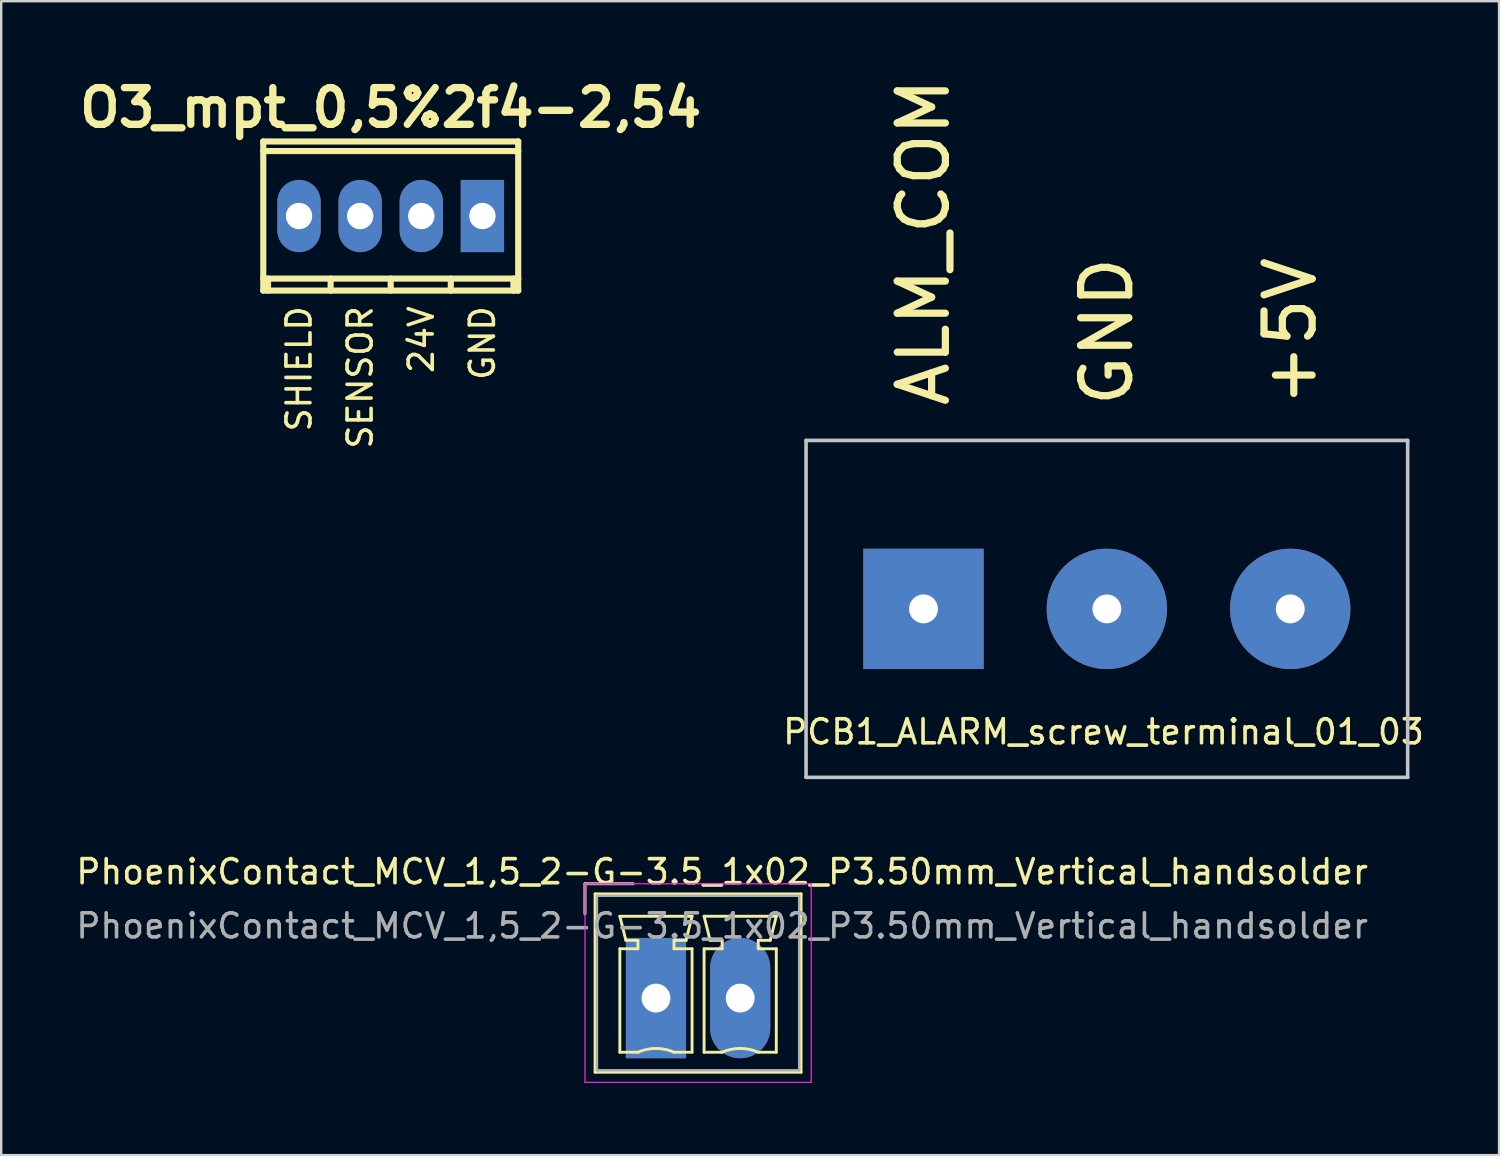
<source format=kicad_pcb>
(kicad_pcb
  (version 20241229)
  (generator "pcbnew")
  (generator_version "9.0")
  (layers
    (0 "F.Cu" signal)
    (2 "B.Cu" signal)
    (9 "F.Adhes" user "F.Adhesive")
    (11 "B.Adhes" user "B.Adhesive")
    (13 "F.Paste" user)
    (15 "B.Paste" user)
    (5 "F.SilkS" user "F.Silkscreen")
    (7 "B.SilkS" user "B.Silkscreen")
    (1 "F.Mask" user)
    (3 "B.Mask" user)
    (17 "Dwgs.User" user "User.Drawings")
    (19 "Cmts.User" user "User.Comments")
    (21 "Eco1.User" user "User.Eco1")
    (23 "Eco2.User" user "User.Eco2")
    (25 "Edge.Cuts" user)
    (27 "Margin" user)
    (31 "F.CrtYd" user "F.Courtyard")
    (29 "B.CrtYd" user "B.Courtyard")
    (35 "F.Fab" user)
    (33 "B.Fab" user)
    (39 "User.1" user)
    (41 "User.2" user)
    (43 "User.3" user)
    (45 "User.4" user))
  (footprint "O3_mpt_0,5%2f4-2,54"
    (layer "F.Cu")
    (at 13.186 5.927)
    (property "Reference" "O3_mpt_0,5%2f4-2,54" (at 0 -4.501 0) (layer "F.SilkS") (effects (font (size 1.524 1.524) (thickness 0.305))))
    (attr through_hole)
    (fp_line (start -5.301 -2.7) (end 5.301 -2.7) (stroke (width 0.254) (type solid)) (layer "F.SilkS"))
    (fp_line (start -5.301 2.601) (end 5.301 2.601) (stroke (width 0.254) (type solid)) (layer "F.SilkS"))
    (fp_line (start -5.296 -3.099) (end -5.296 3.099) (stroke (width 0.254) (type solid)) (layer "F.SilkS"))
    (fp_line (start -5.098 3.099) (end -5.098 2.601) (stroke (width 0.254) (type solid)) (layer "F.SilkS"))
    (fp_line (start -2.497 3.099) (end -2.497 2.601) (stroke (width 0.254) (type solid)) (layer "F.SilkS"))
    (fp_line (start 0 2.601) (end 0 3.099) (stroke (width 0.254) (type solid)) (layer "F.SilkS"))
    (fp_line (start 2.497 2.601) (end 2.497 3.099) (stroke (width 0.254) (type solid)) (layer "F.SilkS"))
    (fp_line (start 5.1 2.601) (end 5.1 3.099) (stroke (width 0.254) (type solid)) (layer "F.SilkS"))
    (fp_line (start 5.298 3.099) (end 5.298 -3.099) (stroke (width 0.254) (type solid)) (layer "F.SilkS"))
    (fp_line (start 5.301 -3.099) (end -5.301 -3.099) (stroke (width 0.254) (type solid)) (layer "F.SilkS"))
    (fp_line (start 5.301 3.099) (end -5.301 3.099) (stroke (width 0.254) (type solid)) (layer "F.SilkS"))
    (fp_text user "SHIELD" (at -3.81 6.35 90) (layer "F.SilkS") (effects (font (size 1 1) (thickness 0.15))))
    (fp_text user "GND" (at 3.81 5.279 90) (layer "F.SilkS") (effects (font (size 1 1) (thickness 0.15))))
    (fp_text user "24V" (at 1.27 5.136 90) (layer "F.SilkS") (effects (font (size 1 1) (thickness 0.15))))
    (fp_text user "SENSOR" (at -1.27 6.707 90) (layer "F.SilkS") (effects (font (size 1 1) (thickness 0.15))))
    (pad "1" thru_hole rect (at 3.81 0) (size 1.8 3) (drill 1.097) (layers "*.Cu" "*.Mask"))
    (pad "2" thru_hole oval (at 1.27 0) (size 1.8 3) (drill 1.097) (layers "*.Cu" "*.Mask"))
    (pad "3" thru_hole oval (at -1.27 0) (size 1.8 3) (drill 1.097) (layers "*.Cu" "*.Mask"))
    (pad "4" thru_hole oval (at -3.81 0) (size 1.8 3) (drill 1.097) (layers "*.Cu" "*.Mask")))
  (footprint "PhoenixContact_MCV_1,5_2-G-3.5_1x02_P3.50mm_Vertical_handsolder"
    (layer "F.Cu")
    (at 24.208 38.425)
    (property "Reference" "PhoenixContact_MCV_1,5_2-G-3.5_1x02_P3.50mm_Vertical_handsolder" (at 2.75 -5.25 0) (layer "F.SilkS") (effects (font (size 1 1) (thickness 0.15))))
    (attr through_hole)
    (fp_line (start -2.95 -4.75) (end -0.95 -4.75) (stroke (width 0.12) (type solid)) (layer "F.SilkS"))
    (fp_line (start -2.95 -3.5) (end -2.95 -4.75) (stroke (width 0.12) (type solid)) (layer "F.SilkS"))
    (fp_line (start -2.53 -4.33) (end -2.53 3.08) (stroke (width 0.12) (type solid)) (layer "F.SilkS"))
    (fp_line (start -2.53 3.08) (end 6.03 3.08) (stroke (width 0.12) (type solid)) (layer "F.SilkS"))
    (fp_line (start -1.5 -3.4) (end 1.5 -3.4) (stroke (width 0.12) (type solid)) (layer "F.SilkS"))
    (fp_line (start -1.5 -2.05) (end -0.75 -2.05) (stroke (width 0.12) (type solid)) (layer "F.SilkS"))
    (fp_line (start -1.5 2.25) (end -1.5 -2.05) (stroke (width 0.12) (type solid)) (layer "F.SilkS"))
    (fp_line (start -1.25 -2.4) (end -1.5 -3.4) (stroke (width 0.12) (type solid)) (layer "F.SilkS"))
    (fp_line (start -0.75 -2.4) (end -1.25 -2.4) (stroke (width 0.12) (type solid)) (layer "F.SilkS"))
    (fp_line (start -0.75 -2.05) (end -0.75 -2.4) (stroke (width 0.12) (type solid)) (layer "F.SilkS"))
    (fp_line (start -0.75 2.25) (end -1.5 2.25) (stroke (width 0.12) (type solid)) (layer "F.SilkS"))
    (fp_line (start 0.75 -2.4) (end 0.75 -2.05) (stroke (width 0.12) (type solid)) (layer "F.SilkS"))
    (fp_line (start 0.75 -2.05) (end 1.5 -2.05) (stroke (width 0.12) (type solid)) (layer "F.SilkS"))
    (fp_line (start 1.25 -2.4) (end 0.75 -2.4) (stroke (width 0.12) (type solid)) (layer "F.SilkS"))
    (fp_line (start 1.5 -3.4) (end 1.25 -2.4) (stroke (width 0.12) (type solid)) (layer "F.SilkS"))
    (fp_line (start 1.5 -2.05) (end 1.5 2.25) (stroke (width 0.12) (type solid)) (layer "F.SilkS"))
    (fp_line (start 1.5 2.25) (end 0.75 2.25) (stroke (width 0.12) (type solid)) (layer "F.SilkS"))
    (fp_line (start 2 -3.4) (end 5 -3.4) (stroke (width 0.12) (type solid)) (layer "F.SilkS"))
    (fp_line (start 2 -2.05) (end 2.75 -2.05) (stroke (width 0.12) (type solid)) (layer "F.SilkS"))
    (fp_line (start 2 2.25) (end 2 -2.05) (stroke (width 0.12) (type solid)) (layer "F.SilkS"))
    (fp_line (start 2.25 -2.4) (end 2 -3.4) (stroke (width 0.12) (type solid)) (layer "F.SilkS"))
    (fp_line (start 2.75 -2.4) (end 2.25 -2.4) (stroke (width 0.12) (type solid)) (layer "F.SilkS"))
    (fp_line (start 2.75 -2.05) (end 2.75 -2.4) (stroke (width 0.12) (type solid)) (layer "F.SilkS"))
    (fp_line (start 2.75 2.25) (end 2 2.25) (stroke (width 0.12) (type solid)) (layer "F.SilkS"))
    (fp_line (start 4.25 -2.4) (end 4.25 -2.05) (stroke (width 0.12) (type solid)) (layer "F.SilkS"))
    (fp_line (start 4.25 -2.05) (end 5 -2.05) (stroke (width 0.12) (type solid)) (layer "F.SilkS"))
    (fp_line (start 4.75 -2.4) (end 4.25 -2.4) (stroke (width 0.12) (type solid)) (layer "F.SilkS"))
    (fp_line (start 5 -3.4) (end 4.75 -2.4) (stroke (width 0.12) (type solid)) (layer "F.SilkS"))
    (fp_line (start 5 -2.05) (end 5 2.25) (stroke (width 0.12) (type solid)) (layer "F.SilkS"))
    (fp_line (start 5 2.25) (end 4.25 2.25) (stroke (width 0.12) (type solid)) (layer "F.SilkS"))
    (fp_line (start 6.03 -4.33) (end -2.53 -4.33) (stroke (width 0.12) (type solid)) (layer "F.SilkS"))
    (fp_line (start 6.03 3.08) (end 6.03 -4.33) (stroke (width 0.12) (type solid)) (layer "F.SilkS"))
    (fp_arc (start -0.75 2.25) (mid -0.000193 2.09191) (end 0.749647 2.249844) (stroke (width 0.12) (type solid)) (layer "F.SilkS"))
    (fp_arc (start 2.75 2.25) (mid 3.499807 2.09191) (end 4.249647 2.249844) (stroke (width 0.12) (type solid)) (layer "F.SilkS"))
    (fp_line (start -2.95 -4.75) (end -2.95 3.5) (stroke (width 0.05) (type solid)) (layer "F.CrtYd"))
    (fp_line (start -2.95 3.5) (end 6.45 3.5) (stroke (width 0.05) (type solid)) (layer "F.CrtYd"))
    (fp_line (start 6.45 -4.75) (end -2.95 -4.75) (stroke (width 0.05) (type solid)) (layer "F.CrtYd"))
    (fp_line (start 6.45 3.5) (end 6.45 -4.75) (stroke (width 0.05) (type solid)) (layer "F.CrtYd"))
    (fp_line (start -2.95 -4.75) (end -0.95 -4.75) (stroke (width 0.1) (type solid)) (layer "F.Fab"))
    (fp_line (start -2.95 -3.5) (end -2.95 -4.75) (stroke (width 0.1) (type solid)) (layer "F.Fab"))
    (fp_line (start -2.45 -4.25) (end -2.45 3) (stroke (width 0.1) (type solid)) (layer "F.Fab"))
    (fp_line (start -2.45 3) (end 5.95 3) (stroke (width 0.1) (type solid)) (layer "F.Fab"))
    (fp_line (start 5.95 -4.25) (end -2.45 -4.25) (stroke (width 0.1) (type solid)) (layer "F.Fab"))
    (fp_line (start 5.95 3) (end 5.95 -4.25) (stroke (width 0.1) (type solid)) (layer "F.Fab"))
    (fp_text user "${REFERENCE}" (at 2.75 -3 0) (layer "F.Fab") (effects (font (size 1 1) (thickness 0.15))))
    (pad "1" thru_hole rect (at 0 0) (size 2.5 5) (drill 1.2) (layers "*.Cu" "*.Mask"))
    (pad "2" thru_hole oval (at 3.5 0) (size 2.5 5) (drill 1.2) (layers "*.Cu" "*.Mask")))
  (footprint "PCB1_ALARM_screw_terminal_01_03"
    (layer "F.Cu")
    (at 42.945 22.252)
    (property "Reference" "PCB1_ALARM_screw_terminal_01_03" (at -0.138 5.11 0) (layer "F.SilkS") (effects (font (size 1 1) (thickness 0.15))))
    (attr through_hole)
    (fp_line (start -12.5 -7) (end -12.5 7) (stroke (width 0.15) (type solid)) (layer "Dwgs.User"))
    (fp_line (start -12.5 7) (end 12.5 7) (stroke (width 0.15) (type solid)) (layer "Dwgs.User"))
    (fp_line (start 12.5 -7) (end -12.5 -7) (stroke (width 0.15) (type solid)) (layer "Dwgs.User"))
    (fp_line (start 12.5 -7) (end 12.5 7) (stroke (width 0.15) (type solid)) (layer "Dwgs.User"))
    (fp_text user "GND" (at 0 -11.526 90) (layer "F.SilkS") (effects (font (size 2 2) (thickness 0.3))))
    (fp_text user "+5V" (at 7.62 -11.526 90) (layer "F.SilkS") (effects (font (size 2 2) (thickness 0.3))))
    (fp_text user "ALM_COM" (at -7.62 -15.24 90) (layer "F.SilkS") (effects (font (size 2 2) (thickness 0.3))))
    (pad "1" thru_hole trapezoid (at -7.62 0) (size 5 5) (drill 1.2) (layers "*.Cu" "*.Mask"))
    (pad "2" thru_hole circle (at 0 0) (size 5 5) (drill 1.2) (layers "*.Cu" "*.Mask"))
    (pad "3" thru_hole circle (at 7.62 0) (size 5 5) (drill 1.2) (layers "*.Cu" "*.Mask")))
  (gr_rect
    (start -3 -3)
    (end 59.242 44.95)
    (stroke (width 0.1) (type default))
    (fill no)
    (layer "Edge.Cuts")))
</source>
